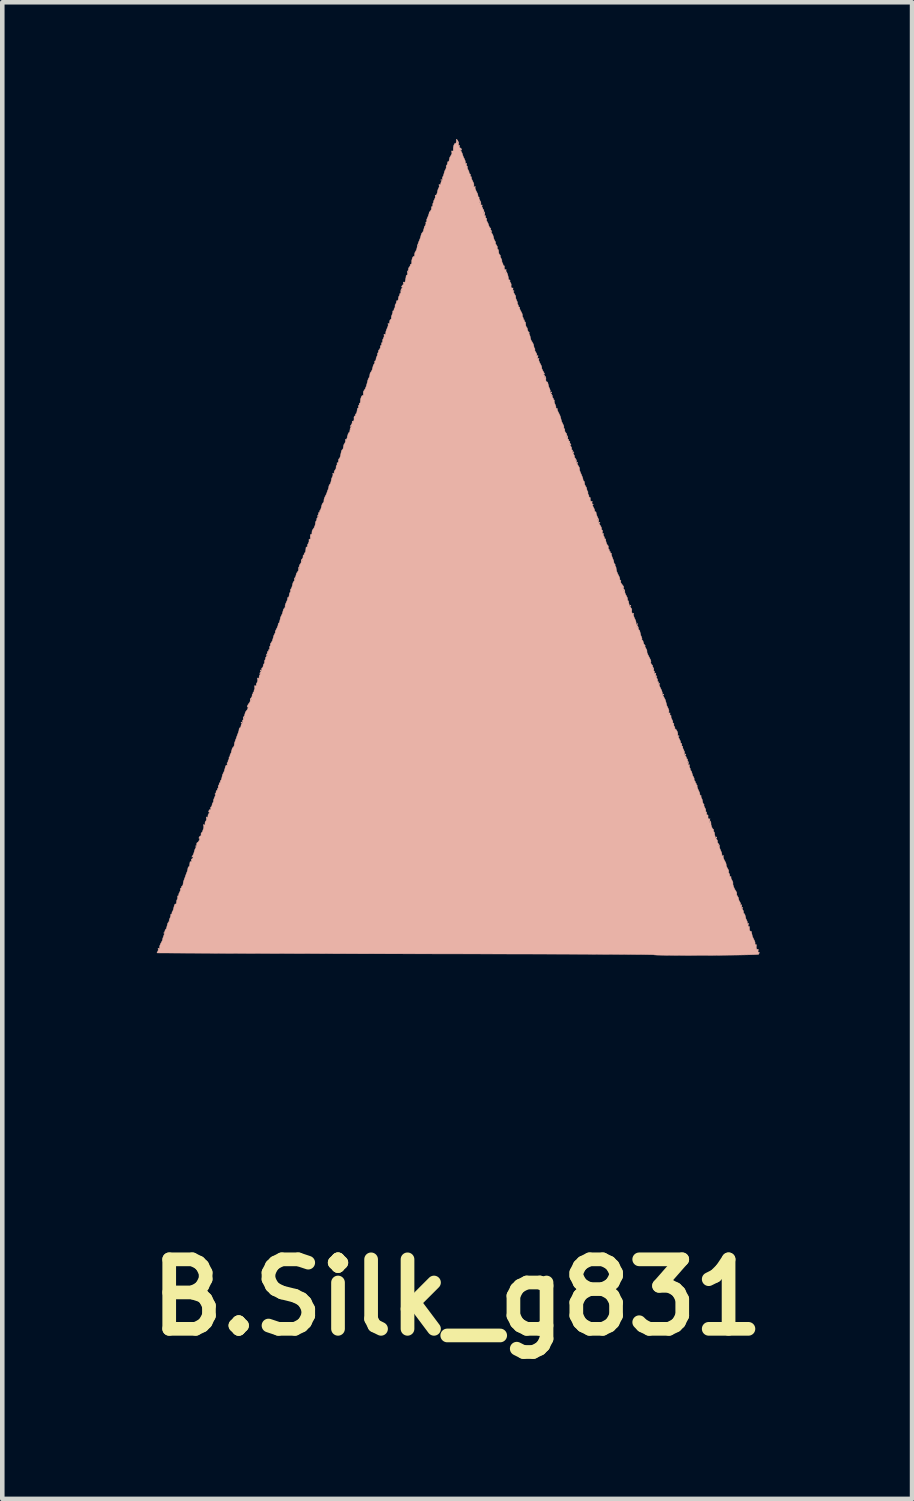
<source format=kicad_pcb>
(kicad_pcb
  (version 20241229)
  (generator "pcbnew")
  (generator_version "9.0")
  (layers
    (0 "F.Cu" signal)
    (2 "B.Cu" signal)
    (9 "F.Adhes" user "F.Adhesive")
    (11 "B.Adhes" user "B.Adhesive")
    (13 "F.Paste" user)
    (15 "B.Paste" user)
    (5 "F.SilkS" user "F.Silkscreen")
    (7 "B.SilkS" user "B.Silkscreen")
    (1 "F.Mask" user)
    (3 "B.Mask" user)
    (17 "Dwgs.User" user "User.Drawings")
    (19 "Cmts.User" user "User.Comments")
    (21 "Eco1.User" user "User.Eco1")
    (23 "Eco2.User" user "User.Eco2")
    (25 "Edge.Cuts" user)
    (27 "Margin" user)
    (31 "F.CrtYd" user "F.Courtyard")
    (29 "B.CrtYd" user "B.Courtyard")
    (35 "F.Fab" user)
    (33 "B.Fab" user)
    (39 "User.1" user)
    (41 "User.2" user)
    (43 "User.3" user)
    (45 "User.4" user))
  (footprint "B.Silk_g831"
    (layer "F.Cu")
    (at 6.974 25.397)
    (property "Reference" "B.Silk_g831" (at 0 0 0) (layer "F.SilkS") (effects (font (size 1.524 1.524) (thickness 0.3))))
    (attr through_hole)
    (fp_poly (pts (xy -6.413 -7.99) (xy -6.424 -7.98) (xy -6.435 -7.99) (xy -6.424 -8.001) (xy -6.413 -7.99)) (stroke (width 0.01) (type solid)) (fill yes) (layer "B.SilkS"))
    (fp_poly (pts (xy -5.715 -9.895) (xy -5.726 -9.885) (xy -5.736 -9.895) (xy -5.726 -9.906) (xy -5.715 -9.895)) (stroke (width 0.01) (type solid)) (fill yes) (layer "B.SilkS"))
    (fp_poly (pts (xy -5.292 -11.038) (xy -5.302 -11.028) (xy -5.313 -11.038) (xy -5.302 -11.049) (xy -5.292 -11.038)) (stroke (width 0.01) (type solid)) (fill yes) (layer "B.SilkS"))
    (fp_poly (pts (xy -4.72 -12.605) (xy -4.731 -12.594) (xy -4.741 -12.605) (xy -4.731 -12.615) (xy -4.72 -12.605)) (stroke (width 0.01) (type solid)) (fill yes) (layer "B.SilkS"))
    (fp_poly (pts (xy -4.297 -13.748) (xy -4.307 -13.737) (xy -4.318 -13.748) (xy -4.307 -13.758) (xy -4.297 -13.748)) (stroke (width 0.01) (type solid)) (fill yes) (layer "B.SilkS"))
    (fp_poly (pts (xy -0.339 -24.5) (xy -0.349 -24.49) (xy -0.36 -24.5) (xy -0.349 -24.511) (xy -0.339 -24.5)) (stroke (width 0.01) (type solid)) (fill yes) (layer "B.SilkS"))
    (fp_poly (pts (xy 1.249 -22.066) (xy 1.238 -22.056) (xy 1.228 -22.066) (xy 1.238 -22.077) (xy 1.249 -22.066)) (stroke (width 0.01) (type solid)) (fill yes) (layer "B.SilkS"))
    (fp_poly (pts (xy 2.074 -19.844) (xy 2.064 -19.833) (xy 2.053 -19.844) (xy 2.064 -19.854) (xy 2.074 -19.844)) (stroke (width 0.01) (type solid)) (fill yes) (layer "B.SilkS"))
    (fp_poly (pts (xy 2.561 -18.531) (xy 2.551 -18.521) (xy 2.54 -18.531) (xy 2.551 -18.542) (xy 2.561 -18.531)) (stroke (width 0.01) (type solid)) (fill yes) (layer "B.SilkS"))
    (fp_poly (pts (xy 2.646 -18.299) (xy 2.635 -18.288) (xy 2.625 -18.299) (xy 2.635 -18.309) (xy 2.646 -18.299)) (stroke (width 0.01) (type solid)) (fill yes) (layer "B.SilkS"))
    (fp_poly (pts (xy 2.985 -17.388) (xy 2.974 -17.378) (xy 2.963 -17.388) (xy 2.974 -17.399) (xy 2.985 -17.388)) (stroke (width 0.01) (type solid)) (fill yes) (layer "B.SilkS"))
    (fp_poly (pts (xy 3.133 -16.986) (xy 3.122 -16.976) (xy 3.111 -16.986) (xy 3.122 -16.997) (xy 3.133 -16.986)) (stroke (width 0.01) (type solid)) (fill yes) (layer "B.SilkS"))
    (fp_poly (pts (xy 3.81 -15.166) (xy 3.799 -15.155) (xy 3.789 -15.166) (xy 3.799 -15.177) (xy 3.81 -15.166)) (stroke (width 0.01) (type solid)) (fill yes) (layer "B.SilkS"))
    (fp_poly (pts (xy 3.958 -14.764) (xy 3.948 -14.753) (xy 3.937 -14.764) (xy 3.948 -14.774) (xy 3.958 -14.764)) (stroke (width 0.01) (type solid)) (fill yes) (layer "B.SilkS"))
    (fp_poly (pts (xy 4.381 -13.621) (xy 4.371 -13.61) (xy 4.36 -13.621) (xy 4.371 -13.631) (xy 4.381 -13.621)) (stroke (width 0.01) (type solid)) (fill yes) (layer "B.SilkS"))
    (fp_poly (pts (xy 4.445 -13.451) (xy 4.434 -13.441) (xy 4.424 -13.451) (xy 4.434 -13.462) (xy 4.445 -13.451)) (stroke (width 0.01) (type solid)) (fill yes) (layer "B.SilkS"))
    (fp_poly (pts (xy 4.53 -13.219) (xy 4.519 -13.208) (xy 4.508 -13.219) (xy 4.519 -13.229) (xy 4.53 -13.219)) (stroke (width 0.01) (type solid)) (fill yes) (layer "B.SilkS"))
    (fp_poly (pts (xy 4.868 -12.308) (xy 4.858 -12.298) (xy 4.847 -12.308) (xy 4.858 -12.319) (xy 4.868 -12.308)) (stroke (width 0.01) (type solid)) (fill yes) (layer "B.SilkS"))
    (fp_poly (pts (xy 5.016 -11.906) (xy 5.006 -11.896) (xy 4.995 -11.906) (xy 5.006 -11.917) (xy 5.016 -11.906)) (stroke (width 0.01) (type solid)) (fill yes) (layer "B.SilkS"))
    (fp_poly (pts (xy 5.694 -10.086) (xy 5.683 -10.075) (xy 5.673 -10.086) (xy 5.683 -10.097) (xy 5.694 -10.086)) (stroke (width 0.01) (type solid)) (fill yes) (layer "B.SilkS"))
    (fp_poly (pts (xy 6.265 -8.541) (xy 6.255 -8.53) (xy 6.244 -8.541) (xy 6.255 -8.551) (xy 6.265 -8.541)) (stroke (width 0.01) (type solid)) (fill yes) (layer "B.SilkS"))
    (fp_poly (pts (xy 0.01 -25.369) (xy 0.031 -25.321) (xy 0.03 -25.287) (xy 0.027 -25.259) (xy 0.04 -25.261) (xy 0.054 -25.26) (xy 0.05 -25.242) (xy 0.05 -25.214) (xy 0.059 -25.209) (xy 0.084 -25.193) (xy 0.093 -25.177) (xy 0.095 -25.155) (xy 0.079 -25.16) (xy 0.065 -25.164) (xy 0.08 -25.142) (xy 0.08 -25.142) (xy 0.107 -25.093) (xy 0.117 -25.061) (xy 0.136 -25.005) (xy 0.155 -24.969) (xy 0.176 -24.92) (xy 0.179 -24.887) (xy 0.183 -24.862) (xy 0.196 -24.864) (xy 0.21 -24.862) (xy 0.205 -24.843) (xy 0.204 -24.813) (xy 0.214 -24.807) (xy 0.226 -24.794) (xy 0.223 -24.787) (xy 0.224 -24.756) (xy 0.243 -24.716) (xy 0.262 -24.676) (xy 0.261 -24.652) (xy 0.264 -24.639) (xy 0.274 -24.638) (xy 0.291 -24.623) (xy 0.289 -24.606) (xy 0.29 -24.579) (xy 0.301 -24.575) (xy 0.314 -24.566) (xy 0.311 -24.561) (xy 0.312 -24.536) (xy 0.332 -24.491) (xy 0.339 -24.478) (xy 0.366 -24.418) (xy 0.367 -24.372) (xy 0.362 -24.347) (xy 0.381 -24.352) (xy 0.399 -24.358) (xy 0.393 -24.345) (xy 0.394 -24.312) (xy 0.414 -24.263) (xy 0.423 -24.246) (xy 0.449 -24.195) (xy 0.457 -24.158) (xy 0.455 -24.152) (xy 0.458 -24.132) (xy 0.468 -24.13) (xy 0.483 -24.122) (xy 0.48 -24.116) (xy 0.48 -24.09) (xy 0.499 -24.051) (xy 0.52 -24.003) (xy 0.52 -23.968) (xy 0.52 -23.948) (xy 0.533 -23.952) (xy 0.549 -23.953) (xy 0.544 -23.932) (xy 0.542 -23.903) (xy 0.552 -23.897) (xy 0.564 -23.884) (xy 0.561 -23.876) (xy 0.563 -23.857) (xy 0.572 -23.855) (xy 0.586 -23.842) (xy 0.583 -23.835) (xy 0.586 -23.808) (xy 0.593 -23.802) (xy 0.606 -23.773) (xy 0.602 -23.745) (xy 0.598 -23.714) (xy 0.611 -23.716) (xy 0.626 -23.715) (xy 0.622 -23.697) (xy 0.623 -23.669) (xy 0.634 -23.664) (xy 0.648 -23.651) (xy 0.645 -23.642) (xy 0.645 -23.609) (xy 0.655 -23.591) (xy 0.678 -23.548) (xy 0.688 -23.515) (xy 0.706 -23.469) (xy 0.724 -23.449) (xy 0.739 -23.434) (xy 0.733 -23.432) (xy 0.729 -23.418) (xy 0.744 -23.396) (xy 0.762 -23.371) (xy 0.751 -23.373) (xy 0.741 -23.378) (xy 0.728 -23.38) (xy 0.745 -23.356) (xy 0.749 -23.351) (xy 0.782 -23.297) (xy 0.795 -23.251) (xy 0.809 -23.197) (xy 0.827 -23.165) (xy 0.843 -23.134) (xy 0.84 -23.122) (xy 0.843 -23.099) (xy 0.859 -23.077) (xy 0.881 -23.039) (xy 0.88 -23.016) (xy 0.879 -22.99) (xy 0.886 -22.987) (xy 0.903 -22.97) (xy 0.907 -22.955) (xy 0.912 -22.904) (xy 0.914 -22.892) (xy 0.927 -22.863) (xy 0.936 -22.86) (xy 0.946 -22.847) (xy 0.944 -22.842) (xy 0.946 -22.813) (xy 0.961 -22.785) (xy 0.98 -22.744) (xy 0.98 -22.72) (xy 0.986 -22.688) (xy 0.994 -22.681) (xy 1.007 -22.655) (xy 1.005 -22.647) (xy 1.008 -22.628) (xy 1.015 -22.627) (xy 1.034 -22.616) (xy 1.035 -22.611) (xy 1.034 -22.561) (xy 1.046 -22.534) (xy 1.062 -22.534) (xy 1.076 -22.536) (xy 1.072 -22.526) (xy 1.07 -22.498) (xy 1.076 -22.491) (xy 1.092 -22.465) (xy 1.11 -22.416) (xy 1.122 -22.363) (xy 1.125 -22.326) (xy 1.138 -22.311) (xy 1.147 -22.31) (xy 1.161 -22.301) (xy 1.157 -22.296) (xy 1.156 -22.27) (xy 1.165 -22.256) (xy 1.183 -22.222) (xy 1.184 -22.211) (xy 1.182 -22.161) (xy 1.193 -22.132) (xy 1.21 -22.132) (xy 1.226 -22.133) (xy 1.221 -22.11) (xy 1.223 -22.064) (xy 1.251 -22.01) (xy 1.277 -21.966) (xy 1.285 -21.938) (xy 1.284 -21.935) (xy 1.284 -21.91) (xy 1.301 -21.866) (xy 1.303 -21.862) (xy 1.321 -21.821) (xy 1.322 -21.802) (xy 1.321 -21.802) (xy 1.32 -21.789) (xy 1.331 -21.773) (xy 1.344 -21.742) (xy 1.34 -21.731) (xy 1.343 -21.719) (xy 1.355 -21.717) (xy 1.372 -21.709) (xy 1.369 -21.703) (xy 1.37 -21.678) (xy 1.39 -21.633) (xy 1.399 -21.619) (xy 1.424 -21.569) (xy 1.431 -21.533) (xy 1.43 -21.528) (xy 1.432 -21.501) (xy 1.439 -21.495) (xy 1.452 -21.469) (xy 1.449 -21.462) (xy 1.453 -21.443) (xy 1.46 -21.442) (xy 1.474 -21.429) (xy 1.471 -21.421) (xy 1.471 -21.401) (xy 1.477 -21.399) (xy 1.496 -21.382) (xy 1.499 -21.368) (xy 1.505 -21.316) (xy 1.506 -21.304) (xy 1.517 -21.276) (xy 1.523 -21.273) (xy 1.535 -21.255) (xy 1.54 -21.227) (xy 1.554 -21.182) (xy 1.571 -21.164) (xy 1.585 -21.148) (xy 1.58 -21.146) (xy 1.574 -21.133) (xy 1.581 -21.119) (xy 1.598 -21.078) (xy 1.604 -21.043) (xy 1.62 -20.987) (xy 1.641 -20.954) (xy 1.67 -20.902) (xy 1.68 -20.861) (xy 1.688 -20.821) (xy 1.7 -20.807) (xy 1.707 -20.793) (xy 1.703 -20.784) (xy 1.705 -20.754) (xy 1.725 -20.722) (xy 1.747 -20.683) (xy 1.745 -20.657) (xy 1.741 -20.641) (xy 1.756 -20.647) (xy 1.773 -20.65) (xy 1.769 -20.621) (xy 1.767 -20.616) (xy 1.761 -20.584) (xy 1.776 -20.584) (xy 1.779 -20.585) (xy 1.796 -20.59) (xy 1.79 -20.577) (xy 1.79 -20.544) (xy 1.81 -20.493) (xy 1.82 -20.475) (xy 1.845 -20.426) (xy 1.855 -20.393) (xy 1.853 -20.388) (xy 1.856 -20.365) (xy 1.877 -20.321) (xy 1.888 -20.302) (xy 1.912 -20.258) (xy 1.911 -20.243) (xy 1.904 -20.246) (xy 1.892 -20.248) (xy 1.909 -20.223) (xy 1.911 -20.22) (xy 1.938 -20.182) (xy 1.946 -20.159) (xy 1.944 -20.113) (xy 1.952 -20.08) (xy 1.965 -20.074) (xy 1.983 -20.069) (xy 1.985 -20.06) (xy 2.011 -19.958) (xy 2.027 -19.926) (xy 2.041 -19.887) (xy 2.038 -19.868) (xy 2.041 -19.844) (xy 2.062 -19.813) (xy 2.086 -19.775) (xy 2.086 -19.75) (xy 2.087 -19.729) (xy 2.095 -19.727) (xy 2.109 -19.714) (xy 2.106 -19.706) (xy 2.108 -19.687) (xy 2.117 -19.685) (xy 2.131 -19.672) (xy 2.128 -19.664) (xy 2.128 -19.633) (xy 2.145 -19.585) (xy 2.147 -19.582) (xy 2.165 -19.537) (xy 2.166 -19.509) (xy 2.165 -19.508) (xy 2.169 -19.496) (xy 2.18 -19.494) (xy 2.198 -19.487) (xy 2.195 -19.481) (xy 2.196 -19.456) (xy 2.216 -19.411) (xy 2.224 -19.397) (xy 2.255 -19.333) (xy 2.274 -19.27) (xy 2.274 -19.265) (xy 2.293 -19.199) (xy 2.318 -19.148) (xy 2.339 -19.103) (xy 2.339 -19.072) (xy 2.34 -19.052) (xy 2.348 -19.05) (xy 2.361 -19.035) (xy 2.358 -19.021) (xy 2.363 -18.985) (xy 2.382 -18.957) (xy 2.403 -18.931) (xy 2.401 -18.923) (xy 2.4 -18.91) (xy 2.412 -18.892) (xy 2.427 -18.856) (xy 2.424 -18.839) (xy 2.426 -18.819) (xy 2.434 -18.817) (xy 2.448 -18.804) (xy 2.445 -18.796) (xy 2.448 -18.777) (xy 2.458 -18.775) (xy 2.473 -18.767) (xy 2.47 -18.761) (xy 2.469 -18.736) (xy 2.482 -18.715) (xy 2.497 -18.692) (xy 2.482 -18.697) (xy 2.477 -18.7) (xy 2.463 -18.703) (xy 2.48 -18.678) (xy 2.484 -18.674) (xy 2.508 -18.634) (xy 2.509 -18.607) (xy 2.51 -18.586) (xy 2.519 -18.584) (xy 2.533 -18.572) (xy 2.53 -18.564) (xy 2.531 -18.533) (xy 2.552 -18.49) (xy 2.572 -18.453) (xy 2.572 -18.436) (xy 2.571 -18.436) (xy 2.571 -18.423) (xy 2.592 -18.395) (xy 2.615 -18.357) (xy 2.615 -18.332) (xy 2.618 -18.302) (xy 2.641 -18.257) (xy 2.647 -18.248) (xy 2.675 -18.203) (xy 2.683 -18.171) (xy 2.682 -18.168) (xy 2.684 -18.14) (xy 2.702 -18.088) (xy 2.721 -18.046) (xy 2.746 -17.985) (xy 2.76 -17.94) (xy 2.76 -17.924) (xy 2.763 -17.908) (xy 2.768 -17.907) (xy 2.786 -17.89) (xy 2.788 -17.881) (xy 2.798 -17.82) (xy 2.819 -17.78) (xy 2.822 -17.778) (xy 2.837 -17.749) (xy 2.842 -17.72) (xy 2.851 -17.684) (xy 2.861 -17.674) (xy 2.869 -17.659) (xy 2.866 -17.645) (xy 2.869 -17.61) (xy 2.878 -17.601) (xy 2.891 -17.575) (xy 2.888 -17.567) (xy 2.891 -17.548) (xy 2.899 -17.547) (xy 2.918 -17.536) (xy 2.918 -17.531) (xy 2.918 -17.481) (xy 2.93 -17.454) (xy 2.946 -17.454) (xy 2.962 -17.455) (xy 2.957 -17.434) (xy 2.958 -17.393) (xy 2.98 -17.338) (xy 2.984 -17.331) (xy 3.008 -17.283) (xy 3.015 -17.25) (xy 3.014 -17.247) (xy 3.019 -17.231) (xy 3.026 -17.23) (xy 3.045 -17.218) (xy 3.045 -17.214) (xy 3.05 -17.178) (xy 3.07 -17.122) (xy 3.093 -17.075) (xy 3.104 -17.035) (xy 3.1 -17.017) (xy 3.103 -16.988) (xy 3.126 -16.943) (xy 3.133 -16.933) (xy 3.159 -16.887) (xy 3.166 -16.853) (xy 3.165 -16.849) (xy 3.167 -16.829) (xy 3.175 -16.828) (xy 3.189 -16.811) (xy 3.185 -16.783) (xy 3.18 -16.751) (xy 3.194 -16.752) (xy 3.208 -16.751) (xy 3.205 -16.735) (xy 3.207 -16.701) (xy 3.216 -16.691) (xy 3.23 -16.665) (xy 3.227 -16.657) (xy 3.23 -16.638) (xy 3.237 -16.637) (xy 3.256 -16.626) (xy 3.256 -16.621) (xy 3.259 -16.586) (xy 3.272 -16.54) (xy 3.29 -16.501) (xy 3.303 -16.489) (xy 3.314 -16.472) (xy 3.313 -16.447) (xy 3.315 -16.413) (xy 3.326 -16.404) (xy 3.337 -16.391) (xy 3.334 -16.383) (xy 3.336 -16.364) (xy 3.344 -16.362) (xy 3.358 -16.349) (xy 3.355 -16.341) (xy 3.358 -16.321) (xy 3.368 -16.32) (xy 3.384 -16.312) (xy 3.381 -16.307) (xy 3.382 -16.282) (xy 3.397 -16.234) (xy 3.408 -16.208) (xy 3.43 -16.152) (xy 3.438 -16.112) (xy 3.437 -16.103) (xy 3.442 -16.088) (xy 3.45 -16.087) (xy 3.464 -16.074) (xy 3.462 -16.067) (xy 3.463 -16.04) (xy 3.468 -16.036) (xy 3.483 -16.008) (xy 3.487 -15.972) (xy 3.498 -15.92) (xy 3.524 -15.857) (xy 3.532 -15.843) (xy 3.558 -15.791) (xy 3.567 -15.753) (xy 3.566 -15.746) (xy 3.569 -15.728) (xy 3.577 -15.727) (xy 3.591 -15.714) (xy 3.587 -15.704) (xy 3.588 -15.672) (xy 3.604 -15.646) (xy 3.641 -15.598) (xy 3.656 -15.569) (xy 3.646 -15.565) (xy 3.639 -15.568) (xy 3.629 -15.568) (xy 3.646 -15.543) (xy 3.648 -15.541) (xy 3.673 -15.503) (xy 3.676 -15.478) (xy 3.678 -15.449) (xy 3.699 -15.402) (xy 3.706 -15.391) (xy 3.73 -15.342) (xy 3.737 -15.307) (xy 3.735 -15.302) (xy 3.736 -15.284) (xy 3.743 -15.282) (xy 3.757 -15.264) (xy 3.762 -15.229) (xy 3.776 -15.171) (xy 3.798 -15.136) (xy 3.824 -15.1) (xy 3.83 -15.079) (xy 3.827 -15.029) (xy 3.839 -14.999) (xy 3.856 -14.999) (xy 3.87 -15.001) (xy 3.865 -14.99) (xy 3.865 -14.958) (xy 3.882 -14.906) (xy 3.893 -14.884) (xy 3.916 -14.831) (xy 3.924 -14.794) (xy 3.922 -14.788) (xy 3.925 -14.764) (xy 3.946 -14.733) (xy 3.97 -14.696) (xy 3.971 -14.672) (xy 3.974 -14.647) (xy 3.982 -14.643) (xy 4.002 -14.618) (xy 4.011 -14.58) (xy 4.025 -14.52) (xy 4.04 -14.483) (xy 4.053 -14.445) (xy 4.049 -14.428) (xy 4.051 -14.415) (xy 4.056 -14.415) (xy 4.073 -14.397) (xy 4.08 -14.369) (xy 4.094 -14.324) (xy 4.111 -14.306) (xy 4.125 -14.29) (xy 4.12 -14.288) (xy 4.117 -14.273) (xy 4.135 -14.236) (xy 4.137 -14.233) (xy 4.159 -14.191) (xy 4.162 -14.167) (xy 4.161 -14.166) (xy 4.162 -14.142) (xy 4.18 -14.097) (xy 4.184 -14.089) (xy 4.221 -14.016) (xy 4.242 -13.972) (xy 4.249 -13.947) (xy 4.247 -13.932) (xy 4.244 -13.929) (xy 4.248 -13.901) (xy 4.266 -13.876) (xy 4.287 -13.851) (xy 4.285 -13.843) (xy 4.284 -13.83) (xy 4.296 -13.812) (xy 4.311 -13.776) (xy 4.308 -13.759) (xy 4.308 -13.739) (xy 4.316 -13.737) (xy 4.328 -13.721) (xy 4.324 -13.702) (xy 4.321 -13.678) (xy 4.339 -13.684) (xy 4.358 -13.689) (xy 4.353 -13.663) (xy 4.355 -13.615) (xy 4.372 -13.587) (xy 4.394 -13.55) (xy 4.393 -13.527) (xy 4.394 -13.506) (xy 4.403 -13.504) (xy 4.417 -13.492) (xy 4.414 -13.485) (xy 4.417 -13.457) (xy 4.436 -13.405) (xy 4.455 -13.366) (xy 4.483 -13.307) (xy 4.497 -13.263) (xy 4.497 -13.248) (xy 4.5 -13.221) (xy 4.524 -13.177) (xy 4.527 -13.171) (xy 4.561 -13.107) (xy 4.58 -13.043) (xy 4.597 -12.976) (xy 4.623 -12.922) (xy 4.643 -12.873) (xy 4.642 -12.835) (xy 4.639 -12.81) (xy 4.653 -12.814) (xy 4.669 -12.815) (xy 4.665 -12.796) (xy 4.666 -12.769) (xy 4.677 -12.764) (xy 4.692 -12.751) (xy 4.689 -12.743) (xy 4.69 -12.712) (xy 4.709 -12.672) (xy 4.728 -12.632) (xy 4.727 -12.608) (xy 4.729 -12.595) (xy 4.737 -12.594) (xy 4.752 -12.579) (xy 4.75 -12.565) (xy 4.752 -12.53) (xy 4.761 -12.521) (xy 4.775 -12.495) (xy 4.772 -12.487) (xy 4.773 -12.468) (xy 4.779 -12.467) (xy 4.801 -12.45) (xy 4.824 -12.41) (xy 4.838 -12.366) (xy 4.836 -12.34) (xy 4.839 -12.312) (xy 4.86 -12.265) (xy 4.867 -12.253) (xy 4.891 -12.204) (xy 4.899 -12.171) (xy 4.898 -12.167) (xy 4.903 -12.151) (xy 4.912 -12.15) (xy 4.927 -12.134) (xy 4.924 -12.118) (xy 4.925 -12.091) (xy 4.936 -12.086) (xy 4.949 -12.077) (xy 4.946 -12.072) (xy 4.946 -12.046) (xy 4.963 -12.01) (xy 4.983 -11.964) (xy 4.984 -11.932) (xy 4.988 -11.896) (xy 5.005 -11.875) (xy 5.026 -11.845) (xy 5.026 -11.83) (xy 5.03 -11.812) (xy 5.038 -11.811) (xy 5.052 -11.798) (xy 5.049 -11.791) (xy 5.052 -11.764) (xy 5.059 -11.758) (xy 5.072 -11.729) (xy 5.068 -11.701) (xy 5.063 -11.671) (xy 5.081 -11.674) (xy 5.098 -11.679) (xy 5.092 -11.665) (xy 5.091 -11.63) (xy 5.102 -11.609) (xy 5.115 -11.584) (xy 5.109 -11.578) (xy 5.106 -11.569) (xy 5.116 -11.562) (xy 5.138 -11.531) (xy 5.152 -11.484) (xy 5.166 -11.436) (xy 5.182 -11.411) (xy 5.196 -11.382) (xy 5.195 -11.361) (xy 5.2 -11.33) (xy 5.21 -11.324) (xy 5.221 -11.311) (xy 5.218 -11.303) (xy 5.22 -11.284) (xy 5.228 -11.282) (xy 5.242 -11.269) (xy 5.239 -11.261) (xy 5.241 -11.241) (xy 5.249 -11.239) (xy 5.263 -11.227) (xy 5.261 -11.219) (xy 5.262 -11.19) (xy 5.281 -11.14) (xy 5.29 -11.121) (xy 5.314 -11.068) (xy 5.323 -11.031) (xy 5.321 -11.024) (xy 5.327 -11.008) (xy 5.336 -11.007) (xy 5.352 -10.998) (xy 5.348 -10.993) (xy 5.347 -10.967) (xy 5.355 -10.954) (xy 5.373 -10.914) (xy 5.381 -10.872) (xy 5.391 -10.831) (xy 5.406 -10.816) (xy 5.415 -10.806) (xy 5.412 -10.802) (xy 5.411 -10.776) (xy 5.43 -10.738) (xy 5.45 -10.695) (xy 5.45 -10.667) (xy 5.452 -10.648) (xy 5.459 -10.647) (xy 5.472 -10.631) (xy 5.469 -10.615) (xy 5.47 -10.588) (xy 5.48 -10.583) (xy 5.5 -10.572) (xy 5.501 -10.567) (xy 5.5 -10.516) (xy 5.514 -10.489) (xy 5.53 -10.49) (xy 5.545 -10.495) (xy 5.541 -10.488) (xy 5.538 -10.459) (xy 5.547 -10.445) (xy 5.564 -10.411) (xy 5.564 -10.4) (xy 5.566 -10.363) (xy 5.58 -10.316) (xy 5.598 -10.278) (xy 5.613 -10.266) (xy 5.624 -10.253) (xy 5.621 -10.246) (xy 5.622 -10.219) (xy 5.627 -10.215) (xy 5.642 -10.187) (xy 5.646 -10.149) (xy 5.66 -10.091) (xy 5.684 -10.053) (xy 5.707 -10.018) (xy 5.708 -9.998) (xy 5.709 -9.973) (xy 5.729 -9.945) (xy 5.751 -9.911) (xy 5.751 -9.893) (xy 5.751 -9.867) (xy 5.768 -9.82) (xy 5.776 -9.803) (xy 5.799 -9.747) (xy 5.806 -9.704) (xy 5.805 -9.697) (xy 5.805 -9.678) (xy 5.821 -9.684) (xy 5.839 -9.689) (xy 5.833 -9.676) (xy 5.834 -9.644) (xy 5.854 -9.594) (xy 5.864 -9.576) (xy 5.89 -9.527) (xy 5.899 -9.494) (xy 5.898 -9.489) (xy 5.9 -9.465) (xy 5.92 -9.42) (xy 5.931 -9.402) (xy 5.953 -9.36) (xy 5.956 -9.342) (xy 5.95 -9.344) (xy 5.938 -9.344) (xy 5.954 -9.313) (xy 5.956 -9.309) (xy 5.976 -9.268) (xy 5.976 -9.243) (xy 5.979 -9.23) (xy 5.99 -9.229) (xy 6.008 -9.221) (xy 6.004 -9.214) (xy 6.004 -9.189) (xy 6.024 -9.149) (xy 6.044 -9.109) (xy 6.047 -9.087) (xy 6.045 -9.061) (xy 6.058 -9.012) (xy 6.081 -8.958) (xy 6.107 -8.913) (xy 6.112 -8.907) (xy 6.131 -8.871) (xy 6.13 -8.851) (xy 6.131 -8.82) (xy 6.144 -8.802) (xy 6.167 -8.761) (xy 6.169 -8.742) (xy 6.18 -8.701) (xy 6.197 -8.674) (xy 6.215 -8.636) (xy 6.211 -8.613) (xy 6.207 -8.597) (xy 6.223 -8.604) (xy 6.242 -8.609) (xy 6.237 -8.583) (xy 6.239 -8.535) (xy 6.256 -8.507) (xy 6.278 -8.471) (xy 6.278 -8.449) (xy 6.281 -8.424) (xy 6.289 -8.42) (xy 6.308 -8.395) (xy 6.319 -8.354) (xy 6.332 -8.299) (xy 6.35 -8.265) (xy 6.364 -8.228) (xy 6.359 -8.21) (xy 6.356 -8.195) (xy 6.37 -8.201) (xy 6.387 -8.204) (xy 6.383 -8.175) (xy 6.382 -8.17) (xy 6.377 -8.137) (xy 6.388 -8.136) (xy 6.406 -8.132) (xy 6.408 -8.122) (xy 6.41 -8.061) (xy 6.421 -8.031) (xy 6.431 -8.031) (xy 6.448 -8.025) (xy 6.451 -8.016) (xy 6.474 -7.912) (xy 6.51 -7.838) (xy 6.531 -7.79) (xy 6.532 -7.755) (xy 6.531 -7.734) (xy 6.542 -7.737) (xy 6.56 -7.734) (xy 6.561 -7.723) (xy 6.558 -7.664) (xy 6.569 -7.632) (xy 6.586 -7.633) (xy 6.602 -7.632) (xy 6.599 -7.602) (xy 6.596 -7.571) (xy 6.606 -7.568) (xy 6.623 -7.568) (xy 6.62 -7.544) (xy 6.609 -7.523) (xy 6.586 -7.52) (xy 6.525 -7.516) (xy 6.432 -7.513) (xy 6.31 -7.51) (xy 6.165 -7.507) (xy 6.001 -7.505) (xy 5.823 -7.503) (xy 5.636 -7.501) (xy 5.445 -7.5) (xy 5.254 -7.5) (xy 5.068 -7.499) (xy 4.892 -7.5) (xy 4.73 -7.501) (xy 4.588 -7.502) (xy 4.47 -7.504) (xy 4.38 -7.506) (xy 4.323 -7.51) (xy 4.305 -7.513) (xy 4.283 -7.514) (xy 4.221 -7.515) (xy 4.121 -7.517) (xy 3.985 -7.518) (xy 3.816 -7.519) (xy 3.615 -7.521) (xy 3.386 -7.522) (xy 3.129 -7.523) (xy 2.848 -7.525) (xy 2.545 -7.526) (xy 2.221 -7.527) (xy 1.879 -7.528) (xy 1.522 -7.529) (xy 1.151 -7.529) (xy 0.797 -7.53) (xy 0.369 -7.531) (xy -0.063 -7.532) (xy -0.499 -7.532) (xy -0.934 -7.533) (xy -1.369 -7.534) (xy -1.799 -7.535) (xy -2.224 -7.536) (xy -2.642 -7.537) (xy -3.049 -7.539) (xy -3.445 -7.54) (xy -3.827 -7.541) (xy -4.192 -7.542) (xy -4.54 -7.543) (xy -4.868 -7.544) (xy -5.173 -7.545) (xy -5.454 -7.547) (xy -5.709 -7.548) (xy -5.935 -7.549) (xy -6.131 -7.55) (xy -6.294 -7.551) (xy -6.423 -7.552) (xy -6.515 -7.552) (xy -6.568 -7.553) (xy -6.582 -7.554) (xy -6.578 -7.568) (xy -6.568 -7.58) (xy -6.553 -7.619) (xy -6.556 -7.637) (xy -6.559 -7.658) (xy -6.54 -7.652) (xy -6.521 -7.647) (xy -6.525 -7.667) (xy -6.523 -7.705) (xy -6.501 -7.757) (xy -6.497 -7.766) (xy -6.471 -7.813) (xy -6.459 -7.845) (xy -6.459 -7.848) (xy -6.454 -7.876) (xy -6.436 -7.924) (xy -6.435 -7.927) (xy -6.417 -7.98) (xy -6.412 -8.019) (xy -6.412 -8.02) (xy -6.402 -8.056) (xy -6.393 -8.064) (xy -6.374 -8.094) (xy -6.361 -8.145) (xy -6.36 -8.15) (xy -6.346 -8.203) (xy -6.325 -8.236) (xy -6.324 -8.237) (xy -6.309 -8.252) (xy -6.314 -8.255) (xy -6.316 -8.271) (xy -6.301 -8.31) (xy -6.298 -8.316) (xy -6.281 -8.361) (xy -6.28 -8.389) (xy -6.28 -8.39) (xy -6.277 -8.402) (xy -6.268 -8.403) (xy -6.251 -8.415) (xy -6.254 -8.423) (xy -6.252 -8.45) (xy -6.246 -8.455) (xy -6.231 -8.482) (xy -6.216 -8.534) (xy -6.212 -8.552) (xy -6.199 -8.601) (xy -6.184 -8.625) (xy -6.179 -8.624) (xy -6.161 -8.63) (xy -6.157 -8.645) (xy -6.151 -8.696) (xy -6.143 -8.721) (xy -6.135 -8.732) (xy -6.128 -8.761) (xy -6.131 -8.776) (xy -6.129 -8.802) (xy -6.118 -8.805) (xy -6.102 -8.817) (xy -6.105 -8.823) (xy -6.102 -8.853) (xy -6.087 -8.881) (xy -6.068 -8.923) (xy -6.069 -8.947) (xy -6.065 -8.972) (xy -6.055 -8.975) (xy -6.04 -8.988) (xy -6.043 -8.996) (xy -6.041 -9.015) (xy -6.034 -9.017) (xy -6.015 -9.035) (xy -6.011 -9.058) (xy -6.003 -9.108) (xy -5.987 -9.158) (xy -5.968 -9.208) (xy -5.957 -9.239) (xy -5.946 -9.272) (xy -5.926 -9.323) (xy -5.925 -9.324) (xy -5.908 -9.376) (xy -5.903 -9.413) (xy -5.903 -9.414) (xy -5.894 -9.438) (xy -5.885 -9.44) (xy -5.87 -9.459) (xy -5.863 -9.503) (xy -5.863 -9.505) (xy -5.857 -9.55) (xy -5.839 -9.555) (xy -5.838 -9.555) (xy -5.823 -9.554) (xy -5.827 -9.574) (xy -5.83 -9.604) (xy -5.822 -9.61) (xy -5.8 -9.627) (xy -5.792 -9.643) (xy -5.79 -9.664) (xy -5.805 -9.66) (xy -5.819 -9.655) (xy -5.804 -9.678) (xy -5.779 -9.724) (xy -5.766 -9.771) (xy -5.749 -9.826) (xy -5.73 -9.861) (xy -5.711 -9.907) (xy -5.711 -9.917) (xy 5.715 -9.917) (xy 5.726 -9.906) (xy 5.736 -9.917) (xy 5.726 -9.927) (xy 5.715 -9.917) (xy -5.711 -9.917) (xy -5.711 -9.93) (xy -5.708 -9.963) (xy -5.699 -9.97) (xy -5.677 -9.987) (xy -5.655 -10.024) (xy -5.643 -10.058) (xy -5.651 -10.065) (xy -5.651 -10.065) (xy -5.663 -10.068) (xy -5.66 -10.085) (xy -5.638 -10.114) (xy -5.626 -10.118) (xy -5.613 -10.133) (xy -5.616 -10.148) (xy -5.615 -10.178) (xy -5.607 -10.185) (xy -5.585 -10.21) (xy -5.581 -10.224) (xy -5.567 -10.269) (xy -5.561 -10.28) (xy -5.555 -10.319) (xy -5.56 -10.341) (xy -5.564 -10.367) (xy -5.546 -10.361) (xy -5.526 -10.356) (xy -5.53 -10.377) (xy -5.527 -10.418) (xy -5.522 -10.425) (xy 5.524 -10.425) (xy 5.535 -10.414) (xy 5.546 -10.425) (xy 5.535 -10.435) (xy 5.524 -10.425) (xy -5.522 -10.425) (xy -5.515 -10.434) (xy -5.497 -10.472) (xy -5.498 -10.503) (xy -5.501 -10.534) (xy -5.483 -10.531) (xy -5.483 -10.531) (xy -5.464 -10.527) (xy -5.466 -10.543) (xy -5.462 -10.581) (xy -5.442 -10.613) (xy -5.425 -10.638) (xy -5.433 -10.64) (xy -5.449 -10.642) (xy -5.446 -10.668) (xy -5.428 -10.696) (xy -5.413 -10.696) (xy -5.399 -10.698) (xy -5.404 -10.717) (xy -5.406 -10.747) (xy -5.397 -10.753) (xy -5.38 -10.77) (xy -5.376 -10.794) (xy -5.366 -10.834) (xy -5.355 -10.848) (xy -5.342 -10.872) (xy -5.344 -10.879) (xy -5.342 -10.907) (xy -5.324 -10.955) (xy -5.318 -10.967) (xy -5.296 -11.024) (xy -5.288 -11.07) (xy -5.288 -11.075) (xy -5.283 -11.107) (xy -5.271 -11.113) (xy -5.257 -11.125) (xy -5.26 -11.134) (xy -5.259 -11.153) (xy -5.251 -11.155) (xy -5.238 -11.17) (xy -5.241 -11.184) (xy -5.238 -11.219) (xy -5.229 -11.228) (xy -5.216 -11.254) (xy -5.218 -11.262) (xy -5.215 -11.28) (xy -5.207 -11.282) (xy -5.193 -11.294) (xy -5.195 -11.301) (xy -5.193 -11.325) (xy -5.188 -11.328) (xy -5.172 -11.351) (xy -5.158 -11.4) (xy -5.158 -11.405) (xy -5.144 -11.461) (xy -5.126 -11.499) (xy -5.126 -11.5) (xy -5.108 -11.537) (xy -5.092 -11.594) (xy -5.09 -11.604) (xy -5.075 -11.655) (xy -5.057 -11.671) (xy -5.053 -11.67) (xy -5.039 -11.671) (xy -5.044 -11.691) (xy -5.046 -11.72) (xy -5.036 -11.726) (xy -5.025 -11.737) (xy 5.038 -11.737) (xy 5.048 -11.726) (xy 5.059 -11.737) (xy 5.048 -11.748) (xy 5.038 -11.737) (xy -5.025 -11.737) (xy -5.023 -11.739) (xy -5.026 -11.746) (xy -5.023 -11.773) (xy -5.015 -11.78) (xy -5.001 -11.809) (xy -5.004 -11.824) (xy -5.001 -11.85) (xy -4.991 -11.853) (xy -4.978 -11.862) (xy -4.981 -11.867) (xy -4.982 -11.893) (xy -4.972 -11.909) (xy -4.953 -11.95) (xy -4.948 -11.97) (xy 4.953 -11.97) (xy 4.964 -11.959) (xy 4.974 -11.97) (xy 4.964 -11.98) (xy 4.953 -11.97) (xy -4.948 -11.97) (xy -4.943 -11.994) (xy -4.931 -12.04) (xy -4.913 -12.061) (xy -4.893 -12.086) (xy -4.889 -12.108) (xy -4.882 -12.156) (xy -4.865 -12.206) (xy -4.846 -12.256) (xy -4.835 -12.287) (xy -4.824 -12.32) (xy -4.804 -12.371) (xy -4.804 -12.372) (xy -4.786 -12.424) (xy -4.781 -12.461) (xy -4.781 -12.462) (xy -4.772 -12.486) (xy -4.763 -12.488) (xy -4.745 -12.506) (xy -4.741 -12.529) (xy -4.731 -12.57) (xy -4.719 -12.584) (xy -4.705 -12.613) (xy -4.707 -12.628) (xy -4.707 -12.654) (xy -4.699 -12.658) (xy -4.688 -12.673) (xy -4.691 -12.687) (xy -4.689 -12.711) (xy -4.678 -12.711) (xy -4.667 -12.7) (xy -4.657 -12.711) (xy -4.667 -12.721) (xy -4.678 -12.711) (xy -4.689 -12.711) (xy -4.688 -12.722) (xy -4.679 -12.731) (xy -4.66 -12.762) (xy -4.657 -12.784) (xy -4.642 -12.833) (xy -4.629 -12.852) (xy -4.604 -12.885) (xy -4.587 -12.919) (xy -4.582 -12.943) (xy -4.593 -12.943) (xy -4.605 -12.946) (xy -4.598 -12.971) (xy -4.58 -13.006) (xy -4.556 -13.036) (xy -4.537 -13.073) (xy -4.538 -13.093) (xy -4.535 -13.113) (xy -4.53 -13.113) (xy -4.519 -13.102) (xy -4.508 -13.113) (xy -4.519 -13.123) (xy -4.53 -13.113) (xy -4.535 -13.113) (xy -4.532 -13.127) (xy -4.517 -13.146) (xy -4.496 -13.181) (xy -4.496 -13.201) (xy -4.494 -13.226) (xy -4.485 -13.229) (xy -4.473 -13.242) (xy -4.477 -13.25) (xy -4.474 -13.27) (xy -4.466 -13.271) (xy -4.454 -13.282) (xy 4.466 -13.282) (xy 4.477 -13.271) (xy 4.487 -13.282) (xy 4.477 -13.293) (xy 4.466 -13.282) (xy -4.454 -13.282) (xy -4.452 -13.284) (xy -4.455 -13.291) (xy -4.453 -13.319) (xy -4.447 -13.323) (xy -4.437 -13.35) (xy -4.44 -13.381) (xy -4.443 -13.412) (xy -4.425 -13.41) (xy -4.424 -13.409) (xy -4.405 -13.406) (xy -4.407 -13.422) (xy -4.402 -13.46) (xy -4.39 -13.477) (xy -4.374 -13.517) (xy -4.376 -13.55) (xy -4.38 -13.581) (xy -4.362 -13.579) (xy -4.361 -13.579) (xy -4.342 -13.575) (xy -4.344 -13.591) (xy -4.34 -13.629) (xy -4.321 -13.661) (xy -4.3 -13.689) (xy -4.308 -13.69) (xy -4.318 -13.684) (xy -4.332 -13.681) (xy -4.315 -13.707) (xy -4.311 -13.711) (xy -4.287 -13.751) (xy -4.285 -13.778) (xy -4.285 -13.79) (xy 4.276 -13.79) (xy 4.286 -13.78) (xy 4.297 -13.79) (xy 4.286 -13.801) (xy 4.276 -13.79) (xy -4.285 -13.79) (xy -4.285 -13.799) (xy -4.277 -13.801) (xy -4.259 -13.818) (xy -4.255 -13.842) (xy -4.245 -13.882) (xy -4.233 -13.896) (xy -4.221 -13.922) (xy -4.224 -13.93) (xy -4.223 -13.961) (xy -4.211 -13.982) (xy -4.198 -14.007) (xy -4.202 -14.012) (xy -4.202 -14.026) (xy -4.179 -14.058) (xy -4.178 -14.058) (xy -4.158 -14.086) (xy -4.167 -14.088) (xy -4.17 -14.086) (xy -4.19 -14.077) (xy -4.18 -14.094) (xy -4.175 -14.1) (xy -4.16 -14.133) (xy -4.163 -14.147) (xy -4.16 -14.159) (xy -4.151 -14.161) (xy -4.135 -14.173) (xy -4.138 -14.182) (xy -4.135 -14.201) (xy -4.126 -14.203) (xy -4.111 -14.218) (xy -4.114 -14.234) (xy -4.113 -14.268) (xy -4.105 -14.278) (xy -4.093 -14.302) (xy -4.096 -14.308) (xy -4.092 -14.336) (xy -4.077 -14.357) (xy -4.052 -14.398) (xy -4.036 -14.455) (xy -4.02 -14.512) (xy -4 -14.553) (xy -3.985 -14.578) (xy -3.989 -14.584) (xy -3.989 -14.6) (xy -3.971 -14.64) (xy -3.96 -14.66) (xy -3.94 -14.7) (xy 3.937 -14.7) (xy 3.948 -14.69) (xy 3.958 -14.7) (xy 3.948 -14.711) (xy 3.937 -14.7) (xy -3.94 -14.7) (xy -3.935 -14.711) (xy -3.925 -14.747) (xy -3.926 -14.753) (xy -3.922 -14.775) (xy -3.916 -14.778) (xy -3.898 -14.802) (xy -3.886 -14.85) (xy -3.885 -14.855) (xy -3.872 -14.913) (xy -3.852 -14.954) (xy -3.852 -14.955) (xy -3.831 -14.998) (xy -3.821 -15.04) (xy -3.807 -15.089) (xy -3.787 -15.114) (xy -3.769 -15.137) (xy -3.773 -15.146) (xy -3.773 -15.172) (xy -3.756 -15.22) (xy -3.747 -15.24) (xy -3.724 -15.292) (xy -3.717 -15.327) (xy -3.719 -15.333) (xy -3.716 -15.345) (xy -3.708 -15.346) (xy -3.689 -15.364) (xy -3.683 -15.398) (xy -3.675 -15.442) (xy -3.661 -15.462) (xy -3.65 -15.489) (xy -3.654 -15.498) (xy -3.653 -15.505) (xy 3.641 -15.505) (xy 3.651 -15.494) (xy 3.662 -15.505) (xy 3.651 -15.515) (xy 3.641 -15.505) (xy -3.653 -15.505) (xy -3.652 -15.527) (xy -3.645 -15.533) (xy -3.628 -15.562) (xy -3.613 -15.613) (xy -3.612 -15.621) (xy -3.599 -15.672) (xy -3.582 -15.7) (xy -3.579 -15.701) (xy -3.567 -15.723) (xy -3.569 -15.737) (xy -3.567 -15.759) (xy -3.556 -15.759) (xy -3.545 -15.748) (xy -3.535 -15.759) (xy -3.545 -15.769) (xy -3.556 -15.759) (xy -3.567 -15.759) (xy -3.566 -15.77) (xy -3.557 -15.779) (xy -3.538 -15.81) (xy -3.535 -15.832) (xy -3.521 -15.879) (xy -3.501 -15.906) (xy -3.479 -15.944) (xy -3.478 -15.968) (xy -3.476 -15.991) (xy -3.471 -15.991) (xy -3.461 -15.981) (xy -3.45 -15.991) (xy -3.461 -16.002) (xy -3.471 -15.991) (xy -3.476 -15.991) (xy -3.475 -16.007) (xy -3.465 -16.021) (xy -3.453 -16.041) (xy -3.458 -16.044) (xy -3.459 -16.056) (xy -3.442 -16.077) (xy -3.42 -16.114) (xy -3.42 -16.137) (xy -3.417 -16.161) (xy -3.408 -16.161) (xy -3.397 -16.15) (xy -3.387 -16.161) (xy -3.397 -16.171) (xy -3.408 -16.161) (xy -3.417 -16.161) (xy -3.415 -16.172) (xy -3.399 -16.191) (xy -3.378 -16.226) (xy -3.38 -16.247) (xy -3.377 -16.273) (xy -3.367 -16.277) (xy -3.351 -16.289) (xy -3.354 -16.297) (xy -3.35 -16.319) (xy -3.341 -16.324) (xy -3.325 -16.349) (xy -3.318 -16.397) (xy -3.318 -16.4) (xy -3.314 -16.446) (xy -3.299 -16.455) (xy -3.298 -16.455) (xy -3.283 -16.456) (xy -3.285 -16.47) (xy -3.28 -16.508) (xy -3.268 -16.526) (xy -3.249 -16.568) (xy -3.249 -16.595) (xy -3.248 -16.625) (xy -3.236 -16.625) (xy -3.219 -16.628) (xy -3.218 -16.64) (xy -3.221 -16.696) (xy -3.212 -16.73) (xy -3.197 -16.733) (xy -3.185 -16.739) (xy -3.185 -16.763) (xy -3.18 -16.811) (xy -3.166 -16.834) (xy -3.138 -16.875) (xy -3.116 -16.929) (xy -3.107 -16.975) (xy -3.108 -16.983) (xy -3.1 -17.013) (xy -3.088 -17.031) (xy -3.078 -17.05) (xy 3.069 -17.05) (xy 3.08 -17.039) (xy 3.09 -17.05) (xy 3.08 -17.06) (xy 3.069 -17.05) (xy -3.078 -17.05) (xy -3.075 -17.055) (xy -3.08 -17.06) (xy -3.08 -17.074) (xy -3.057 -17.106) (xy -3.057 -17.106) (xy -3.036 -17.134) (xy -3.045 -17.136) (xy -3.048 -17.134) (xy -3.068 -17.125) (xy -3.058 -17.142) (xy -3.053 -17.148) (xy -3.038 -17.181) (xy -3.041 -17.195) (xy -3.039 -17.207) (xy -3.029 -17.209) (xy -3.013 -17.22) (xy -3.015 -17.228) (xy -3.013 -17.251) (xy -3.008 -17.254) (xy -2.992 -17.278) (xy -2.978 -17.327) (xy -2.977 -17.333) (xy -2.963 -17.386) (xy -2.944 -17.419) (xy -2.942 -17.42) (xy -2.923 -17.446) (xy -2.922 -17.454) (xy -2.921 -17.488) (xy -2.921 -17.489) (xy -2.912 -17.521) (xy -2.9 -17.55) (xy -2.885 -17.579) (xy -2.864 -17.622) (xy -2.857 -17.642) (xy -2.846 -17.677) (xy -2.83 -17.716) (xy -2.815 -17.763) (xy -2.813 -17.789) (xy -2.802 -17.816) (xy -2.795 -17.822) (xy -2.776 -17.851) (xy -2.763 -17.902) (xy -2.763 -17.906) (xy -2.751 -17.961) (xy -2.734 -17.996) (xy -2.733 -17.997) (xy -2.722 -18.033) (xy -2.725 -18.051) (xy -2.727 -18.072) (xy -2.71 -18.066) (xy -2.692 -18.06) (xy -2.698 -18.074) (xy -2.697 -18.108) (xy -2.678 -18.14) (xy -2.655 -18.177) (xy -2.655 -18.201) (xy -2.653 -18.229) (xy -2.645 -18.236) (xy -2.631 -18.265) (xy -2.634 -18.281) (xy -2.634 -18.301) (xy -2.624 -18.298) (xy -2.609 -18.306) (xy -2.603 -18.34) (xy -2.6 -18.362) (xy 2.582 -18.362) (xy 2.593 -18.352) (xy 2.603 -18.362) (xy 2.593 -18.373) (xy 2.582 -18.362) (xy -2.6 -18.362) (xy -2.597 -18.38) (xy -2.585 -18.394) (xy -2.571 -18.413) (xy -2.557 -18.46) (xy -2.552 -18.489) (xy -2.54 -18.546) (xy -2.527 -18.58) (xy -2.521 -18.584) (xy -2.504 -18.601) (xy -2.502 -18.611) (xy -2.485 -18.696) (xy -2.461 -18.735) (xy -2.447 -18.773) (xy -2.45 -18.791) (xy -2.451 -18.813) (xy -2.44 -18.81) (xy -2.423 -18.82) (xy -2.408 -18.864) (xy -2.407 -18.87) (xy 2.392 -18.87) (xy 2.402 -18.86) (xy 2.413 -18.87) (xy 2.402 -18.881) (xy 2.392 -18.87) (xy -2.407 -18.87) (xy -2.405 -18.881) (xy -2.391 -18.934) (xy -2.374 -18.963) (xy -2.369 -18.965) (xy -2.354 -18.982) (xy -2.353 -19.004) (xy -2.348 -19.038) (xy -2.339 -19.029) (xy -2.328 -19.039) (xy -2.339 -19.05) (xy -2.348 -19.041) (xy -2.346 -19.051) (xy -2.328 -19.083) (xy -2.308 -19.11) (xy -2.315 -19.11) (xy -2.328 -19.103) (xy -2.347 -19.096) (xy -2.336 -19.113) (xy -2.326 -19.126) (xy -2.303 -19.168) (xy -2.302 -19.196) (xy -2.301 -19.215) (xy -2.289 -19.21) (xy -2.269 -19.215) (xy -2.261 -19.252) (xy -2.263 -19.299) (xy -2.252 -19.323) (xy -2.243 -19.325) (xy -2.229 -19.338) (xy -2.232 -19.345) (xy -2.228 -19.368) (xy -2.22 -19.372) (xy -2.203 -19.396) (xy -2.194 -19.444) (xy -2.194 -19.446) (xy -2.187 -19.488) (xy -2.173 -19.501) (xy -2.172 -19.5) (xy -2.161 -19.505) (xy -2.165 -19.523) (xy -2.167 -19.552) (xy -2.157 -19.558) (xy -2.145 -19.571) (xy -2.148 -19.579) (xy -2.148 -19.599) (xy -2.142 -19.6) (xy -2.126 -19.618) (xy -2.123 -19.637) (xy -2.118 -19.693) (xy -2.103 -19.742) (xy -2.084 -19.774) (xy -2.069 -19.777) (xy -2.056 -19.78) (xy 2.053 -19.78) (xy 2.064 -19.77) (xy 2.074 -19.78) (xy 2.064 -19.791) (xy 2.053 -19.78) (xy -2.056 -19.78) (xy -2.055 -19.781) (xy -2.059 -19.809) (xy -2.057 -19.857) (xy -2.043 -19.882) (xy -2.015 -19.924) (xy -1.989 -19.992) (xy -1.962 -20.095) (xy -1.96 -20.107) (xy -1.944 -20.151) (xy -1.93 -20.17) (xy -1.924 -20.182) (xy 1.905 -20.182) (xy 1.916 -20.172) (xy 1.926 -20.182) (xy 1.916 -20.193) (xy 1.905 -20.182) (xy -1.924 -20.182) (xy -1.916 -20.199) (xy -1.917 -20.22) (xy -1.908 -20.265) (xy -1.892 -20.288) (xy -1.867 -20.331) (xy -1.852 -20.386) (xy -1.839 -20.438) (xy -1.819 -20.469) (xy -1.819 -20.469) (xy -1.804 -20.497) (xy -1.808 -20.508) (xy -1.808 -20.529) (xy -1.799 -20.532) (xy -1.781 -20.548) (xy -1.782 -20.558) (xy -1.776 -20.596) (xy -1.761 -20.632) (xy -1.746 -20.667) (xy -1.748 -20.68) (xy -1.749 -20.693) (xy -1.738 -20.708) (xy -1.724 -20.738) (xy -1.726 -20.748) (xy -1.721 -20.768) (xy -1.706 -20.784) (xy -1.685 -20.82) (xy -1.686 -20.84) (xy -1.683 -20.866) (xy -1.672 -20.87) (xy -1.656 -20.886) (xy -1.659 -20.902) (xy -1.658 -20.929) (xy -1.648 -20.934) (xy -1.634 -20.949) (xy -1.636 -20.961) (xy -1.633 -20.999) (xy -1.618 -21.027) (xy -1.601 -21.071) (xy -1.603 -21.098) (xy -1.605 -21.12) (xy -1.59 -21.115) (xy -1.569 -21.114) (xy -1.568 -21.128) (xy -1.562 -21.182) (xy -1.533 -21.257) (xy -1.522 -21.279) (xy -1.511 -21.32) (xy -1.516 -21.34) (xy -1.518 -21.354) (xy -1.506 -21.349) (xy -1.487 -21.353) (xy -1.482 -21.388) (xy -1.474 -21.428) (xy -1.459 -21.442) (xy -1.443 -21.457) (xy -1.445 -21.468) (xy -1.443 -21.505) (xy -1.427 -21.55) (xy -1.411 -21.594) (xy -1.412 -21.619) (xy -1.409 -21.631) (xy -1.399 -21.632) (xy -1.383 -21.644) (xy -1.386 -21.652) (xy -1.383 -21.679) (xy -1.375 -21.686) (xy -1.36 -21.715) (xy -1.363 -21.729) (xy -1.361 -21.762) (xy -1.354 -21.77) (xy -1.337 -21.8) (xy -1.333 -21.825) (xy -1.325 -21.854) (xy -1.312 -21.855) (xy -1.297 -21.862) (xy -1.291 -21.894) (xy -1.283 -21.94) (xy -1.27 -21.961) (xy -1.257 -21.986) (xy -1.26 -21.994) (xy -1.256 -22.012) (xy -1.248 -22.013) (xy -1.233 -22.029) (xy -1.236 -22.048) (xy -1.234 -22.087) (xy -1.228 -22.087) (xy -1.217 -22.077) (xy -1.206 -22.087) (xy -1.217 -22.098) (xy -1.228 -22.087) (xy -1.234 -22.087) (xy -1.234 -22.09) (xy -1.212 -22.126) (xy -1.194 -22.152) (xy -1.201 -22.154) (xy -1.201 -22.153) (xy -1.218 -22.152) (xy -1.215 -22.171) (xy -1.194 -22.2) (xy -1.184 -22.204) (xy -1.175 -22.22) (xy -1.179 -22.239) (xy -1.182 -22.263) (xy -1.168 -22.259) (xy -1.145 -22.261) (xy -1.14 -22.277) (xy -1.122 -22.368) (xy -1.119 -22.4) (xy -1.106 -22.415) (xy -1.099 -22.416) (xy -1.086 -22.432) (xy -1.09 -22.456) (xy -1.09 -22.468) (xy 1.058 -22.468) (xy 1.069 -22.458) (xy 1.079 -22.468) (xy 1.069 -22.479) (xy 1.058 -22.468) (xy -1.09 -22.468) (xy -1.09 -22.49) (xy -1.079 -22.49) (xy -1.069 -22.479) (xy -1.058 -22.49) (xy -1.069 -22.5) (xy -1.079 -22.49) (xy -1.09 -22.49) (xy -1.09 -22.495) (xy -1.08 -22.51) (xy -1.066 -22.535) (xy -1.069 -22.542) (xy -1.065 -22.57) (xy -1.049 -22.591) (xy -1.029 -22.621) (xy -1.031 -22.635) (xy -1.028 -22.647) (xy -1.018 -22.648) (xy -0.998 -22.665) (xy -0.997 -22.685) (xy -0.996 -22.735) (xy -0.984 -22.784) (xy -0.966 -22.819) (xy -0.949 -22.826) (xy -0.935 -22.832) (xy -0.935 -22.854) (xy -0.928 -22.905) (xy -0.914 -22.929) (xy -0.889 -22.977) (xy -0.881 -23.012) (xy -0.871 -23.061) (xy -0.868 -23.061) (xy -0.857 -23.05) (xy -0.847 -23.061) (xy -0.857 -23.072) (xy -0.868 -23.061) (xy -0.871 -23.061) (xy -0.87 -23.067) (xy -0.847 -23.134) (xy -0.82 -23.199) (xy -0.8 -23.254) (xy -0.792 -23.291) (xy -0.777 -23.332) (xy -0.764 -23.346) (xy -0.743 -23.377) (xy -0.733 -23.416) (xy -0.72 -23.463) (xy -0.72 -23.463) (xy -0.709 -23.453) (xy -0.699 -23.463) (xy -0.709 -23.474) (xy -0.72 -23.463) (xy -0.72 -23.463) (xy -0.718 -23.471) (xy -0.7 -23.503) (xy -0.684 -23.54) (xy -0.687 -23.558) (xy -0.686 -23.578) (xy -0.677 -23.58) (xy -0.663 -23.592) (xy -0.666 -23.6) (xy -0.668 -23.633) (xy -0.658 -23.658) (xy -0.638 -23.703) (xy -0.621 -23.75) (xy -0.613 -23.781) (xy 0.572 -23.781) (xy 0.582 -23.77) (xy 0.593 -23.781) (xy 0.582 -23.791) (xy 0.572 -23.781) (xy -0.613 -23.781) (xy -0.613 -23.783) (xy -0.613 -23.787) (xy -0.602 -23.804) (xy -0.584 -23.824) (xy -0.563 -23.863) (xy -0.564 -23.887) (xy -0.562 -23.914) (xy -0.55 -23.918) (xy -0.534 -23.933) (xy -0.536 -23.948) (xy -0.533 -23.987) (xy -0.523 -24) (xy -0.515 -24.014) (xy 0.487 -24.014) (xy 0.497 -24.003) (xy 0.508 -24.014) (xy 0.497 -24.024) (xy 0.487 -24.014) (xy -0.515 -24.014) (xy -0.511 -24.021) (xy -0.516 -24.024) (xy -0.517 -24.039) (xy -0.5 -24.069) (xy -0.481 -24.115) (xy -0.481 -24.146) (xy -0.483 -24.168) (xy -0.471 -24.165) (xy -0.453 -24.174) (xy -0.437 -24.22) (xy -0.434 -24.236) (xy -0.421 -24.292) (xy -0.405 -24.327) (xy -0.401 -24.332) (xy -0.392 -24.358) (xy -0.396 -24.378) (xy -0.399 -24.401) (xy -0.385 -24.397) (xy -0.364 -24.399) (xy -0.36 -24.424) (xy -0.35 -24.465) (xy -0.337 -24.48) (xy -0.323 -24.509) (xy -0.325 -24.521) (xy -0.323 -24.558) (xy -0.317 -24.567) (xy -0.3 -24.6) (xy -0.288 -24.645) (xy -0.272 -24.7) (xy -0.253 -24.734) (xy -0.239 -24.769) (xy -0.242 -24.784) (xy -0.24 -24.812) (xy -0.233 -24.818) (xy -0.215 -24.848) (xy -0.212 -24.873) (xy -0.204 -24.903) (xy -0.193 -24.904) (xy -0.179 -24.913) (xy -0.175 -24.944) (xy -0.16 -25) (xy -0.14 -25.031) (xy -0.115 -25.08) (xy -0.118 -25.109) (xy -0.122 -25.138) (xy -0.106 -25.136) (xy -0.087 -25.137) (xy -0.086 -25.16) (xy -0.085 -25.208) (xy -0.074 -25.258) (xy -0.058 -25.295) (xy -0.04 -25.303) (xy -0.04 -25.303) (xy -0.025 -25.311) (xy -0.021 -25.326) (xy 0 -25.326) (xy 0.011 -25.315) (xy 0.021 -25.326) (xy 0.011 -25.337) (xy 0 -25.326) (xy -0.021 -25.326) (xy -0.017 -25.348) (xy -0.019 -25.389) (xy -0.011 -25.392) (xy 0.01 -25.369)) (stroke (width 0.01) (type solid)) (fill yes) (layer "B.SilkS")))
  (gr_rect
    (start -3 -3)
    (end 16.948 29.815)
    (stroke (width 0.1) (type default))
    (fill no)
    (layer "Edge.Cuts")))
</source>
